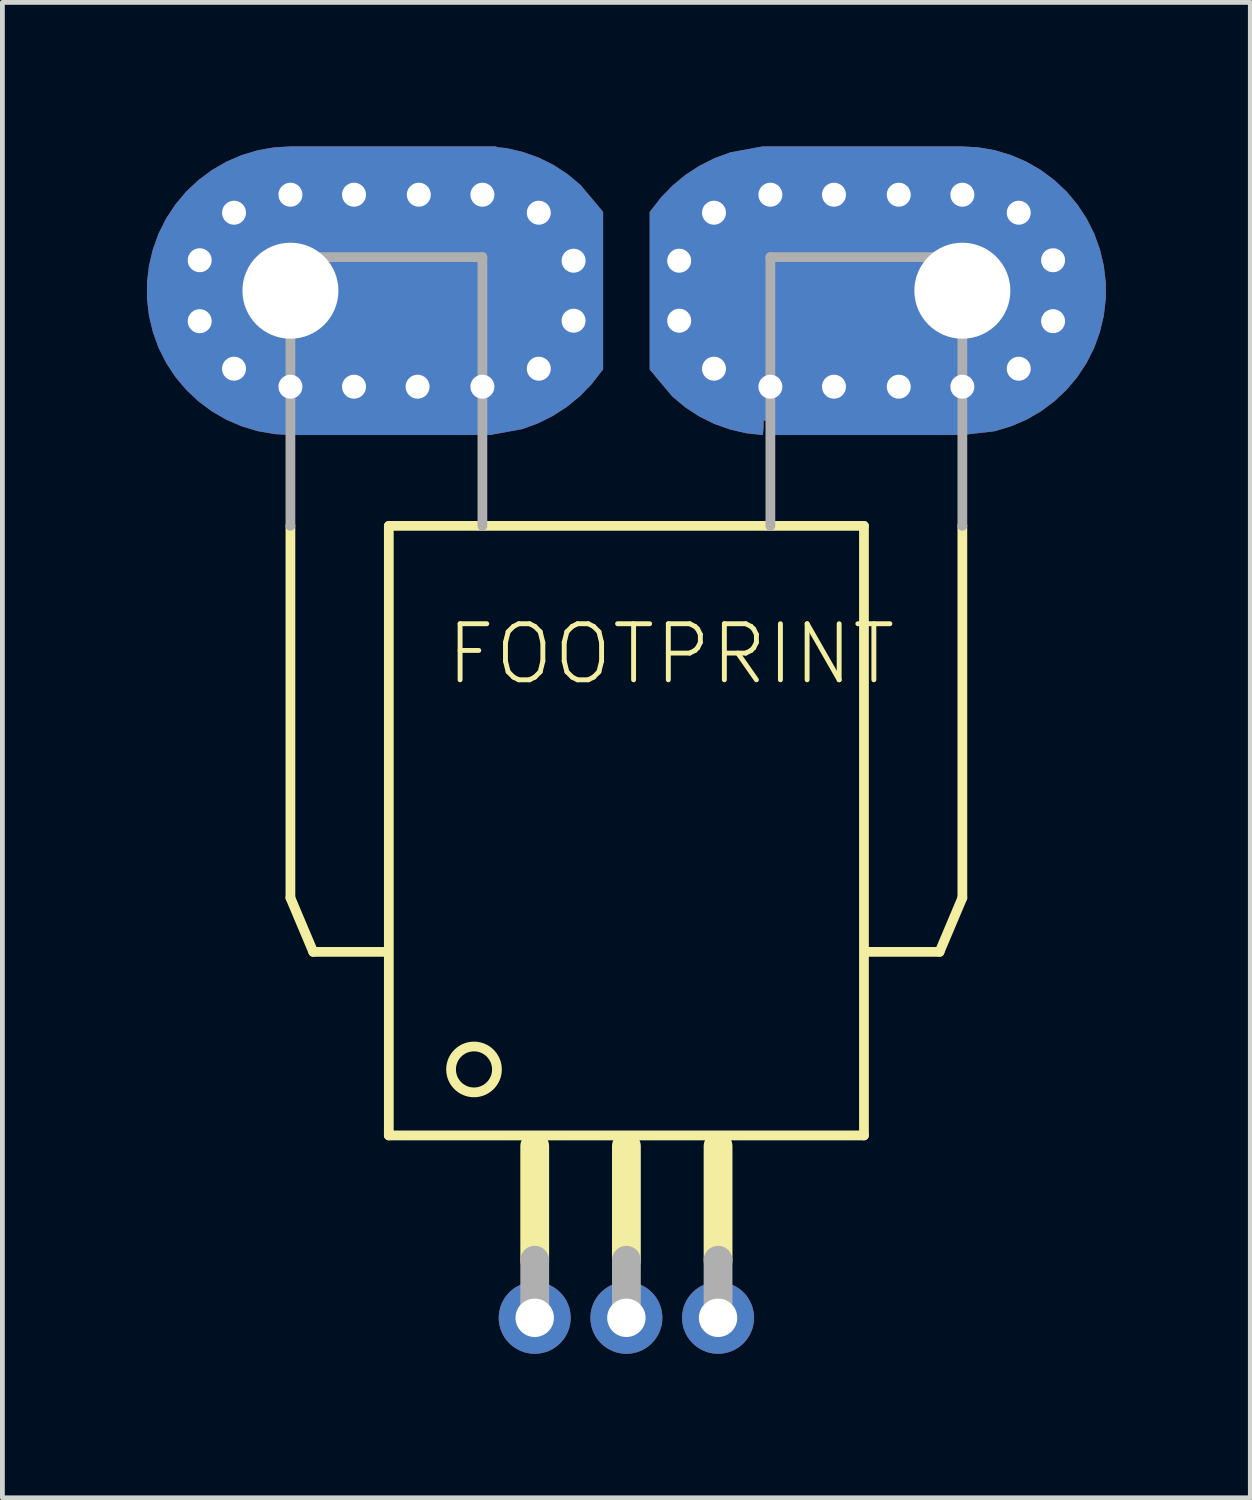
<source format=kicad_pcb>
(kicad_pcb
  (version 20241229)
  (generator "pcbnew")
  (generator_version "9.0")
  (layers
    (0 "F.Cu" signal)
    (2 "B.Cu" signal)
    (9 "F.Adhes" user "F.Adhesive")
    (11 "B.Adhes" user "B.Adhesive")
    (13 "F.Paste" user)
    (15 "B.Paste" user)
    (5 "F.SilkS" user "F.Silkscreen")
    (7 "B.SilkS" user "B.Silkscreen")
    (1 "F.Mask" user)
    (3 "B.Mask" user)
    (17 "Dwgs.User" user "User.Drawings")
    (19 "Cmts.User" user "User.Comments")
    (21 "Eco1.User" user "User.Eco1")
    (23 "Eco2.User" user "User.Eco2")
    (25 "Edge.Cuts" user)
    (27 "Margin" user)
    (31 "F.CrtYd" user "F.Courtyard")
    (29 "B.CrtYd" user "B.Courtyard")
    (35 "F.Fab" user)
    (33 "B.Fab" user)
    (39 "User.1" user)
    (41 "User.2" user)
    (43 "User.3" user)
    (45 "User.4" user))
  (footprint "FOOTPRINT"
    (layer "F.Cu")
    (at 10.001 3.007)
    (property "Reference" "FOOTPRINT" (at -3.81 8.255 0) (layer "F.SilkS") (effects (font (size 1.168 1.168) (thickness 0.102)) (justify left bottom)))
    (fp_poly (pts (xy -2.708 -2.992) (xy -2.503 -2.971) (xy -2.162 -2.893) (xy -1.832 -2.776) (xy -1.519 -2.621) (xy -1.226 -2.43) (xy -0.954 -2.202) (xy -0.485 -1.642) (xy -0.485 1.639) (xy -0.724 1.947) (xy -0.967 2.197) (xy -1.235 2.417) (xy -1.527 2.606) (xy -1.838 2.762) (xy -2.168 2.883) (xy -2.844 3.007) (xy -6.989 3.007) (xy -7.334 2.987) (xy -7.679 2.927) (xy -8.014 2.826) (xy -8.335 2.688) (xy -8.638 2.513) (xy -8.918 2.304) (xy -9.173 2.064) (xy -9.398 1.796) (xy -9.59 1.504) (xy -9.747 1.191) (xy -9.866 0.863) (xy -9.947 0.522) (xy -9.988 0.175) (xy -9.988 -0.175) (xy -9.947 -0.522) (xy -9.866 -0.863) (xy -9.747 -1.191) (xy -9.59 -1.504) (xy -9.398 -1.796) (xy -9.173 -2.064) (xy -8.918 -2.304) (xy -8.638 -2.513) (xy -8.335 -2.688) (xy -8.014 -2.826) (xy -7.679 -2.927) (xy -7.334 -2.987) (xy -6.989 -3.007) (xy -2.708 -3.007)) (stroke (width 0) (type solid)) (fill yes) (layer "F.Cu"))
    (fp_poly (pts (xy 7.334 -2.987) (xy 7.679 -2.927) (xy 8.014 -2.826) (xy 8.335 -2.688) (xy 8.638 -2.513) (xy 8.918 -2.304) (xy 9.173 -2.064) (xy 9.398 -1.796) (xy 9.59 -1.504) (xy 9.747 -1.191) (xy 9.866 -0.863) (xy 9.947 -0.522) (xy 9.988 -0.175) (xy 9.988 0.175) (xy 9.947 0.522) (xy 9.866 0.863) (xy 9.747 1.191) (xy 9.59 1.504) (xy 9.398 1.796) (xy 9.173 2.064) (xy 8.918 2.304) (xy 8.638 2.513) (xy 8.335 2.688) (xy 8.014 2.826) (xy 7.674 2.928) (xy 6.994 3.007) (xy 3.007 3.007) (xy 3.007 2.708) (xy 2.858 2.708) (xy 2.858 2.857) (xy 2.842 3.007) (xy 2.503 2.971) (xy 2.162 2.893) (xy 1.832 2.776) (xy 1.519 2.621) (xy 1.226 2.43) (xy 0.954 2.202) (xy 0.485 1.642) (xy 0.485 -1.639) (xy 0.724 -1.947) (xy 0.967 -2.197) (xy 1.235 -2.417) (xy 1.527 -2.606) (xy 1.838 -2.762) (xy 2.168 -2.883) (xy 2.844 -3.007) (xy 6.989 -3.007)) (stroke (width 0) (type solid)) (fill yes) (layer "F.Cu"))
    (fp_poly (pts (xy -2.708 -2.992) (xy -2.503 -2.971) (xy -2.162 -2.893) (xy -1.832 -2.776) (xy -1.519 -2.621) (xy -1.226 -2.43) (xy -0.954 -2.202) (xy -0.485 -1.642) (xy -0.485 1.639) (xy -0.724 1.947) (xy -0.967 2.197) (xy -1.235 2.417) (xy -1.527 2.606) (xy -1.838 2.762) (xy -2.168 2.883) (xy -2.844 3.007) (xy -6.989 3.007) (xy -7.334 2.987) (xy -7.679 2.927) (xy -8.014 2.826) (xy -8.335 2.688) (xy -8.638 2.513) (xy -8.918 2.304) (xy -9.173 2.064) (xy -9.398 1.796) (xy -9.59 1.504) (xy -9.747 1.191) (xy -9.866 0.863) (xy -9.947 0.522) (xy -9.988 0.175) (xy -9.988 -0.175) (xy -9.947 -0.522) (xy -9.866 -0.863) (xy -9.747 -1.191) (xy -9.59 -1.504) (xy -9.398 -1.796) (xy -9.173 -2.064) (xy -8.918 -2.304) (xy -8.638 -2.513) (xy -8.335 -2.688) (xy -8.014 -2.826) (xy -7.679 -2.927) (xy -7.334 -2.987) (xy -6.989 -3.007) (xy -2.708 -3.007)) (stroke (width 0) (type solid)) (fill yes) (layer "B.Cu"))
    (fp_poly (pts (xy 7.334 -2.987) (xy 7.679 -2.927) (xy 8.014 -2.826) (xy 8.335 -2.688) (xy 8.638 -2.513) (xy 8.918 -2.304) (xy 9.173 -2.064) (xy 9.398 -1.796) (xy 9.59 -1.504) (xy 9.747 -1.191) (xy 9.866 -0.863) (xy 9.947 -0.522) (xy 9.988 -0.175) (xy 9.988 0.175) (xy 9.947 0.522) (xy 9.866 0.863) (xy 9.747 1.191) (xy 9.59 1.504) (xy 9.398 1.796) (xy 9.173 2.064) (xy 8.918 2.304) (xy 8.638 2.513) (xy 8.335 2.688) (xy 8.014 2.826) (xy 7.674 2.928) (xy 6.994 3.007) (xy 3.007 3.007) (xy 3.007 2.708) (xy 2.858 2.708) (xy 2.858 2.857) (xy 2.842 3.007) (xy 2.503 2.971) (xy 2.162 2.893) (xy 1.832 2.776) (xy 1.519 2.621) (xy 1.226 2.43) (xy 0.954 2.202) (xy 0.485 1.642) (xy 0.485 -1.639) (xy 0.724 -1.947) (xy 0.967 -2.197) (xy 1.235 -2.417) (xy 1.527 -2.606) (xy 1.838 -2.762) (xy 2.168 -2.883) (xy 2.844 -3.007) (xy 6.989 -3.007)) (stroke (width 0) (type solid)) (fill yes) (layer "B.Cu"))
    (fp_line (start -7 4.9) (end -7 12.65) (stroke (width 0.203) (type solid)) (layer "F.SilkS"))
    (fp_line (start -6.525 13.775) (end -7 12.65) (stroke (width 0.203) (type solid)) (layer "F.SilkS"))
    (fp_line (start -6.525 13.775) (end -5.025 13.775) (stroke (width 0.203) (type solid)) (layer "F.SilkS"))
    (fp_line (start -4.95 4.9) (end -4.95 17.6) (stroke (width 0.203) (type solid)) (layer "F.SilkS"))
    (fp_line (start -4.95 4.9) (end 4.95 4.9) (stroke (width 0.203) (type solid)) (layer "F.SilkS"))
    (fp_line (start -4.95 17.6) (end 4.95 17.6) (stroke (width 0.203) (type solid)) (layer "F.SilkS"))
    (fp_line (start -1.91 20.2) (end -1.91 17.825) (stroke (width 0.6) (type solid)) (layer "F.SilkS"))
    (fp_line (start 0 20.2) (end 0 17.825) (stroke (width 0.6) (type solid)) (layer "F.SilkS"))
    (fp_line (start 1.91 20.2) (end 1.91 17.825) (stroke (width 0.6) (type solid)) (layer "F.SilkS"))
    (fp_line (start 4.95 17.6) (end 4.95 4.9) (stroke (width 0.203) (type solid)) (layer "F.SilkS"))
    (fp_line (start 6.525 13.775) (end 5 13.775) (stroke (width 0.203) (type solid)) (layer "F.SilkS"))
    (fp_line (start 6.525 13.775) (end 7 12.65) (stroke (width 0.203) (type solid)) (layer "F.SilkS"))
    (fp_line (start 7 4.9) (end 7 12.65) (stroke (width 0.203) (type solid)) (layer "F.SilkS"))
    (fp_circle (center -3.175 16.225) (end -2.697 16.225) (stroke (width 0.203) (type solid)) (fill no) (layer "F.SilkS"))
    (fp_line (start -7 -3) (end -3 -3) (stroke (width 0.001) (type solid)) (layer "Cmts.User"))
    (fp_line (start -7 3) (end -3 3) (stroke (width 0.001) (type solid)) (layer "Cmts.User"))
    (fp_line (start -0.5 -1.65) (end -0.5 1.65) (stroke (width 0.001) (type solid)) (layer "Cmts.User"))
    (fp_line (start 0.5 -1.65) (end 0.5 1.65) (stroke (width 0.001) (type solid)) (layer "Cmts.User"))
    (fp_line (start 7 -3) (end 3 -3) (stroke (width 0.001) (type solid)) (layer "Cmts.User"))
    (fp_line (start 7 3) (end 3 3) (stroke (width 0.001) (type solid)) (layer "Cmts.User"))
    (fp_arc (start -7 3) (mid -10 0) (end -7 -3) (stroke (width 0.001) (type solid)) (layer "Cmts.User"))
    (fp_arc (start -3 -3) (mid -1.579391 -2.640941) (end -0.499999 -1.65) (stroke (width 0.001) (type solid)) (layer "Cmts.User"))
    (fp_arc (start -0.499999 1.65) (mid -1.579391 2.640941) (end -3 3) (stroke (width 0.001) (type solid)) (layer "Cmts.User"))
    (fp_arc (start 0.499999 -1.65) (mid 1.579391 -2.640941) (end 3 -3) (stroke (width 0.001) (type solid)) (layer "Cmts.User"))
    (fp_arc (start 3 3) (mid 1.579391 2.640941) (end 0.499999 1.65) (stroke (width 0.001) (type solid)) (layer "Cmts.User"))
    (fp_arc (start 7 -3) (mid 10 0) (end 7 3) (stroke (width 0.001) (type solid)) (layer "Cmts.User"))
    (fp_circle (center -8.902 -0.618) (end -8.652 -0.618) (stroke (width 0.001) (type solid)) (fill no) (layer "Cmts.User"))
    (fp_circle (center -8.902 0.618) (end -8.652 0.618) (stroke (width 0.001) (type solid)) (fill no) (layer "Cmts.User"))
    (fp_circle (center -8.176 1.618) (end -7.926 1.618) (stroke (width 0.001) (type solid)) (fill no) (layer "Cmts.User"))
    (fp_circle (center -8.176 -1.618) (end -7.926 -1.618) (stroke (width 0.001) (type solid)) (fill no) (layer "Cmts.User"))
    (fp_circle (center -7 -2) (end -6.75 -2) (stroke (width 0.001) (type solid)) (fill no) (layer "Cmts.User"))
    (fp_circle (center -7 2) (end -6.75 2) (stroke (width 0.001) (type solid)) (fill no) (layer "Cmts.User"))
    (fp_circle (center -5.667 2) (end -5.417 2) (stroke (width 0.001) (type solid)) (fill no) (layer "Cmts.User"))
    (fp_circle (center -5.667 -2) (end -5.417 -2) (stroke (width 0.001) (type solid)) (fill no) (layer "Cmts.User"))
    (fp_circle (center -4.333 2) (end -4.083 2) (stroke (width 0.001) (type solid)) (fill no) (layer "Cmts.User"))
    (fp_circle (center -4.333 -2) (end -4.083 -2) (stroke (width 0.001) (type solid)) (fill no) (layer "Cmts.User"))
    (fp_circle (center -3 -2) (end -2.75 -2) (stroke (width 0.001) (type solid)) (fill no) (layer "Cmts.User"))
    (fp_circle (center -3 2) (end -2.75 2) (stroke (width 0.001) (type solid)) (fill no) (layer "Cmts.User"))
    (fp_circle (center -1.824 1.618) (end -1.574 1.618) (stroke (width 0.001) (type solid)) (fill no) (layer "Cmts.User"))
    (fp_circle (center -1.824 -1.618) (end -1.574 -1.618) (stroke (width 0.001) (type solid)) (fill no) (layer "Cmts.User"))
    (fp_circle (center -1.098 -0.618) (end -0.848 -0.618) (stroke (width 0.001) (type solid)) (fill no) (layer "Cmts.User"))
    (fp_circle (center -1.098 0.618) (end -0.848 0.618) (stroke (width 0.001) (type solid)) (fill no) (layer "Cmts.User"))
    (fp_circle (center 1.098 -0.618) (end 1.348 -0.618) (stroke (width 0.001) (type solid)) (fill no) (layer "Cmts.User"))
    (fp_circle (center 1.098 0.618) (end 1.348 0.618) (stroke (width 0.001) (type solid)) (fill no) (layer "Cmts.User"))
    (fp_circle (center 1.824 1.618) (end 2.074 1.618) (stroke (width 0.001) (type solid)) (fill no) (layer "Cmts.User"))
    (fp_circle (center 1.824 -1.618) (end 2.074 -1.618) (stroke (width 0.001) (type solid)) (fill no) (layer "Cmts.User"))
    (fp_circle (center 3 -2) (end 3.25 -2) (stroke (width 0.001) (type solid)) (fill no) (layer "Cmts.User"))
    (fp_circle (center 3 2) (end 3.25 2) (stroke (width 0.001) (type solid)) (fill no) (layer "Cmts.User"))
    (fp_circle (center 4.333 2) (end 4.583 2) (stroke (width 0.001) (type solid)) (fill no) (layer "Cmts.User"))
    (fp_circle (center 4.333 -2) (end 4.583 -2) (stroke (width 0.001) (type solid)) (fill no) (layer "Cmts.User"))
    (fp_circle (center 5.667 2) (end 5.917 2) (stroke (width 0.001) (type solid)) (fill no) (layer "Cmts.User"))
    (fp_circle (center 5.667 -2) (end 5.917 -2) (stroke (width 0.001) (type solid)) (fill no) (layer "Cmts.User"))
    (fp_circle (center 7 -2) (end 7.25 -2) (stroke (width 0.001) (type solid)) (fill no) (layer "Cmts.User"))
    (fp_circle (center 7 2) (end 7.25 2) (stroke (width 0.001) (type solid)) (fill no) (layer "Cmts.User"))
    (fp_circle (center 8.176 1.618) (end 8.426 1.618) (stroke (width 0.001) (type solid)) (fill no) (layer "Cmts.User"))
    (fp_circle (center 8.176 -1.618) (end 8.426 -1.618) (stroke (width 0.001) (type solid)) (fill no) (layer "Cmts.User"))
    (fp_circle (center 8.902 -0.618) (end 9.152 -0.618) (stroke (width 0.001) (type solid)) (fill no) (layer "Cmts.User"))
    (fp_circle (center 8.902 0.618) (end 9.152 0.618) (stroke (width 0.001) (type solid)) (fill no) (layer "Cmts.User"))
    (fp_line (start -7 -0.7) (end -7 4.9) (stroke (width 0.203) (type solid)) (layer "F.Fab"))
    (fp_line (start -7 -0.7) (end -3 -0.7) (stroke (width 0.203) (type solid)) (layer "F.Fab"))
    (fp_line (start -3 -0.7) (end -3 4.9) (stroke (width 0.203) (type solid)) (layer "F.Fab"))
    (fp_line (start -1.91 21.4) (end -1.91 20.2) (stroke (width 0.6) (type solid)) (layer "F.Fab"))
    (fp_line (start 0 21.4) (end 0 20.2) (stroke (width 0.6) (type solid)) (layer "F.Fab"))
    (fp_line (start 1.91 21.4) (end 1.91 20.2) (stroke (width 0.6) (type solid)) (layer "F.Fab"))
    (fp_line (start 3 -0.7) (end 3 4.9) (stroke (width 0.203) (type solid)) (layer "F.Fab"))
    (fp_line (start 7 -0.7) (end 3 -0.7) (stroke (width 0.203) (type solid)) (layer "F.Fab"))
    (fp_line (start 7 4.9) (end 7 -0.7) (stroke (width 0.203) (type solid)) (layer "F.Fab"))
    (pad "1" thru_hole circle (at -1.91 21.4) (size 1.5 1.5) (drill 0.8) (layers "*.Cu" "*.Mask"))
    (pad "2" thru_hole circle (at 0 21.4) (size 1.5 1.5) (drill 0.8) (layers "*.Cu" "*.Mask"))
    (pad "3" thru_hole circle (at 1.91 21.4) (size 1.5 1.5) (drill 0.8) (layers "*.Cu" "*.Mask"))
    (pad "IP+" thru_hole oval (at 7 0 180) (size 8 4) (drill 2 (offset 2 0)) (layers "*.Cu" "*.Mask"))
    (pad "IP+@2" thru_hole circle (at 8.89 0.635) (size 0.9 0.9) (drill 0.5) (layers "*.Cu" "*.Mask"))
    (pad "IP+@3" thru_hole circle (at 8.89 -0.635) (size 0.9 0.9) (drill 0.5) (layers "*.Cu" "*.Mask"))
    (pad "IP+@4" thru_hole circle (at 8.175 -1.625) (size 0.9 0.9) (drill 0.5) (layers "*.Cu" "*.Mask"))
    (pad "IP+@5" thru_hole circle (at 7 -2) (size 0.9 0.9) (drill 0.5) (layers "*.Cu" "*.Mask"))
    (pad "IP+@6" thru_hole circle (at 5.675 -2) (size 0.9 0.9) (drill 0.5) (layers "*.Cu" "*.Mask"))
    (pad "IP+@7" thru_hole circle (at 4.325 -2) (size 0.9 0.9) (drill 0.5) (layers "*.Cu" "*.Mask"))
    (pad "IP+@8" thru_hole circle (at 3 -2) (size 0.9 0.9) (drill 0.5) (layers "*.Cu" "*.Mask"))
    (pad "IP+@9" thru_hole circle (at 1.825 -1.625) (size 0.9 0.9) (drill 0.5) (layers "*.Cu" "*.Mask"))
    (pad "IP+@10" thru_hole circle (at 1.1 -0.625) (size 0.9 0.9) (drill 0.5) (layers "*.Cu" "*.Mask"))
    (pad "IP+@11" thru_hole circle (at 1.1 0.625) (size 0.9 0.9) (drill 0.5) (layers "*.Cu" "*.Mask"))
    (pad "IP+@12" thru_hole circle (at 1.825 1.625) (size 0.9 0.9) (drill 0.5) (layers "*.Cu" "*.Mask"))
    (pad "IP+@13" thru_hole circle (at 3 2) (size 0.9 0.9) (drill 0.5) (layers "*.Cu" "*.Mask"))
    (pad "IP+@14" thru_hole circle (at 4.325 2) (size 0.9 0.9) (drill 0.5) (layers "*.Cu" "*.Mask"))
    (pad "IP+@15" thru_hole circle (at 5.675 2) (size 0.9 0.9) (drill 0.5) (layers "*.Cu" "*.Mask"))
    (pad "IP+@16" thru_hole circle (at 7 2) (size 0.9 0.9) (drill 0.5) (layers "*.Cu" "*.Mask"))
    (pad "IP+@17" thru_hole circle (at 8.175 1.625) (size 0.9 0.9) (drill 0.5) (layers "*.Cu" "*.Mask"))
    (pad "IP-" thru_hole oval (at -7 0) (size 8 4) (drill 2 (offset 2 0)) (layers "*.Cu" "*.Mask"))
    (pad "IP-@2" thru_hole circle (at -8.89 0.635 180) (size 0.9 0.9) (drill 0.5) (layers "*.Cu" "*.Mask"))
    (pad "IP-@3" thru_hole circle (at -8.89 -0.635) (size 0.9 0.9) (drill 0.5) (layers "*.Cu" "*.Mask"))
    (pad "IP-@4" thru_hole circle (at -8.175 -1.625) (size 0.9 0.9) (drill 0.5) (layers "*.Cu" "*.Mask"))
    (pad "IP-@5" thru_hole circle (at -7 -2) (size 0.9 0.9) (drill 0.5) (layers "*.Cu" "*.Mask"))
    (pad "IP-@6" thru_hole circle (at -5.675 -2) (size 0.9 0.9) (drill 0.5) (layers "*.Cu" "*.Mask"))
    (pad "IP-@7" thru_hole circle (at -4.325 -2) (size 0.9 0.9) (drill 0.5) (layers "*.Cu" "*.Mask"))
    (pad "IP-@8" thru_hole circle (at -3 -2) (size 0.9 0.9) (drill 0.5) (layers "*.Cu" "*.Mask"))
    (pad "IP-@9" thru_hole circle (at -1.825 -1.625) (size 0.9 0.9) (drill 0.5) (layers "*.Cu" "*.Mask"))
    (pad "IP-@10" thru_hole circle (at -1.1 -0.625) (size 0.9 0.9) (drill 0.5) (layers "*.Cu" "*.Mask"))
    (pad "IP-@11" thru_hole circle (at -1.1 0.625) (size 0.9 0.9) (drill 0.5) (layers "*.Cu" "*.Mask"))
    (pad "IP-@12" thru_hole circle (at -1.825 1.625) (size 0.9 0.9) (drill 0.5) (layers "*.Cu" "*.Mask"))
    (pad "IP-@13" thru_hole circle (at -3 2) (size 0.9 0.9) (drill 0.5) (layers "*.Cu" "*.Mask"))
    (pad "IP-@14" thru_hole circle (at -4.35 2) (size 0.9 0.9) (drill 0.5) (layers "*.Cu" "*.Mask"))
    (pad "IP-@15" thru_hole circle (at -5.675 2) (size 0.9 0.9) (drill 0.5) (layers "*.Cu" "*.Mask"))
    (pad "IP-@16" thru_hole circle (at -7 2) (size 0.9 0.9) (drill 0.5) (layers "*.Cu" "*.Mask"))
    (pad "IP-@17" thru_hole circle (at -8.175 1.625) (size 0.9 0.9) (drill 0.5) (layers "*.Cu" "*.Mask"))
    (zone (net_name "") (layer "F.Cu") (hatch edge 0.508) (connect_pads) (min_thickness 0.254) (filled_areas_thickness no) (keepout (tracks not_allowed) (vias not_allowed) (pads not_allowed) (copperpour not_allowed) (footprints allowed)) (placement (enabled no)) (fill) (polygon (pts (xy 9.683 5.23) (xy 10.318 5.23) (xy 10.318 0.785) (xy 9.683 0.785))))
    (zone (net_name "") (layers "F.Cu" "B.Cu") (hatch edge 0.508) (connect_pads) (min_thickness 0.254) (filled_areas_thickness no) (keepout (tracks allowed) (vias not_allowed) (pads allowed) (copperpour allowed) (footprints allowed)) (placement (enabled no)) (fill) (polygon (pts (xy 9.683 5.23) (xy 10.318 5.23) (xy 10.318 0.785) (xy 9.683 0.785))))
    (zone (net_name "") (layer "B.Cu") (hatch edge 0.508) (connect_pads) (min_thickness 0.254) (filled_areas_thickness no) (keepout (tracks not_allowed) (vias not_allowed) (pads not_allowed) (copperpour not_allowed) (footprints allowed)) (placement (enabled no)) (fill) (polygon (pts (xy 9.683 5.23) (xy 10.318 5.23) (xy 10.318 0.785) (xy 9.683 0.785)))))
  (gr_rect
    (start -3 -3)
    (end 23.001 28.157)
    (stroke (width 0.1) (type default))
    (fill no)
    (layer "Edge.Cuts")))
</source>
